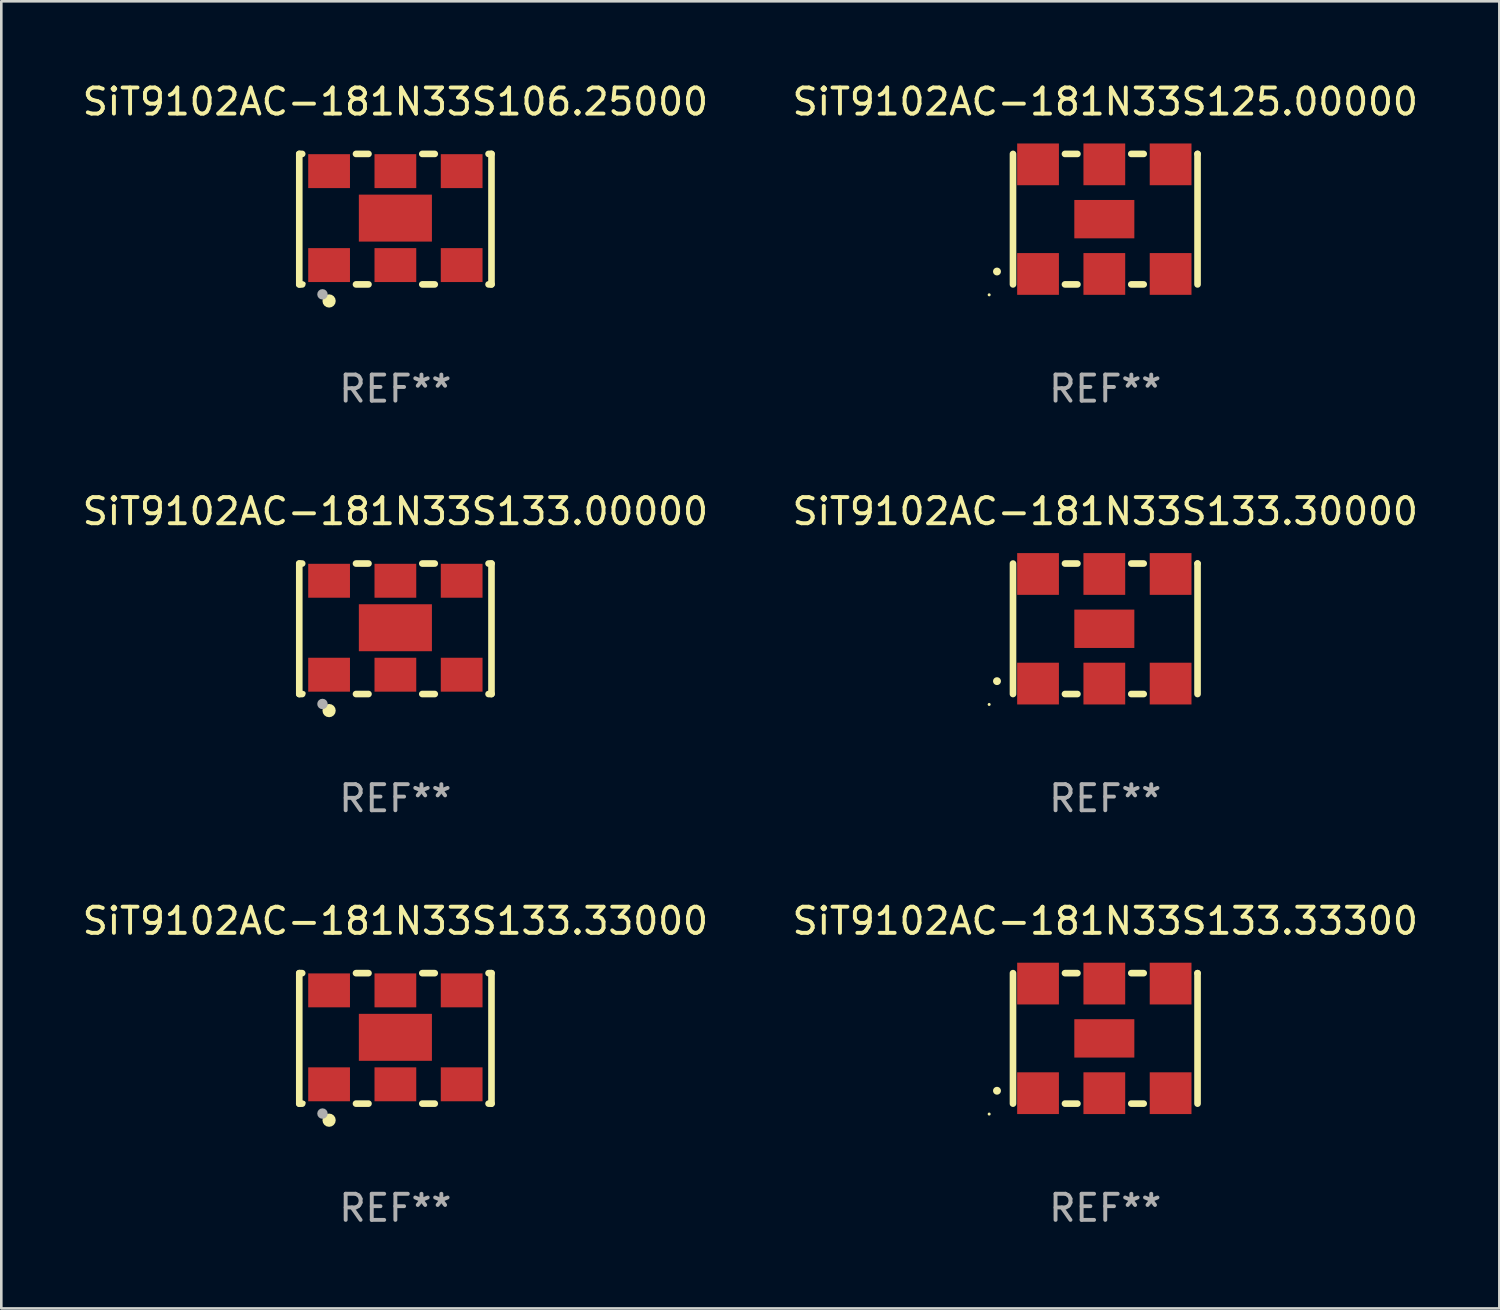
<source format=kicad_pcb>
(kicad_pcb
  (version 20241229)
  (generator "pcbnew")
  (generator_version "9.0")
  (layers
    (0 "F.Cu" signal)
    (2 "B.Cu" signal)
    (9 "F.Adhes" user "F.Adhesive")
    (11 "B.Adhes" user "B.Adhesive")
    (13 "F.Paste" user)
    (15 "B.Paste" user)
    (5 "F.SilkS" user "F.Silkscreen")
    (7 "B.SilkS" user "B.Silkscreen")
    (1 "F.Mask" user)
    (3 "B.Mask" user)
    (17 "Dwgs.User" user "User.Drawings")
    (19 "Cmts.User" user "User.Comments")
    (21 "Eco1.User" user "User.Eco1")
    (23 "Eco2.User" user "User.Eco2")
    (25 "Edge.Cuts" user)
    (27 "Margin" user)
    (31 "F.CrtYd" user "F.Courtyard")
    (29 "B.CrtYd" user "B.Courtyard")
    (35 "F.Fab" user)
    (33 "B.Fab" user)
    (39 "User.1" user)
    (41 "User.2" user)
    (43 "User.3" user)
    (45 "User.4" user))
  (footprint "SiT9102AC-181N33S106.25000"
    (layer "F.Cu")
    (at 12.101 5.348)
    (property "Reference" "SiT9102AC-181N33S106.25000" (at 0 -4.5 0) (layer "F.SilkS") (effects (font (size 1 1) (thickness 0.15))))
    (attr through_hole)
    (fp_line (start -3.683 -2.5) (end -3.571 -2.5) (stroke (width 0.254) (type solid)) (layer "F.SilkS"))
    (fp_line (start -3.683 2.5) (end -3.683 -2.5) (stroke (width 0.254) (type solid)) (layer "F.SilkS"))
    (fp_line (start -3.683 2.5) (end -3.571 2.5) (stroke (width 0.254) (type solid)) (layer "F.SilkS"))
    (fp_line (start -1.509 -2.5) (end -1.031 -2.5) (stroke (width 0.254) (type solid)) (layer "F.SilkS"))
    (fp_line (start -1.509 2.5) (end -1.031 2.5) (stroke (width 0.254) (type solid)) (layer "F.SilkS"))
    (fp_line (start 1.031 -2.5) (end 1.509 -2.5) (stroke (width 0.254) (type solid)) (layer "F.SilkS"))
    (fp_line (start 1.031 2.5) (end 1.509 2.5) (stroke (width 0.254) (type solid)) (layer "F.SilkS"))
    (fp_line (start 3.571 -2.5) (end 3.683 -2.5) (stroke (width 0.254) (type solid)) (layer "F.SilkS"))
    (fp_line (start 3.571 2.5) (end 3.683 2.5) (stroke (width 0.254) (type solid)) (layer "F.SilkS"))
    (fp_line (start 3.683 2.5) (end 3.683 -2.5) (stroke (width 0.254) (type solid)) (layer "F.SilkS"))
    (fp_circle (center -3.5 2.46) (end -3.47 2.46) (stroke (width 0.06) (type solid)) (fill no) (layer "F.SilkS"))
    (fp_circle (center -2.54 3.135) (end -2.413 3.135) (stroke (width 0.254) (type solid)) (fill no) (layer "F.SilkS"))
    (fp_circle (center -2.794 2.881) (end -2.694 2.881) (stroke (width 0.2) (type solid)) (fill no) (layer "F.Fab"))
    (fp_text user "REF**" (at 0 6.5 0) (layer "F.Fab") (effects (font (size 1 1) (thickness 0.15))))
    (pad "1" smd rect (at -2.54 1.76) (size 1.6 1.3) (layers "F.Cu" "F.Mask" "F.Paste"))
    (pad "2" smd rect (at 0 1.76) (size 1.6 1.3) (layers "F.Cu" "F.Mask" "F.Paste"))
    (pad "3" smd rect (at 2.54 1.76) (size 1.6 1.3) (layers "F.Cu" "F.Mask" "F.Paste"))
    (pad "4" smd rect (at 2.54 -1.84) (size 1.6 1.3) (layers "F.Cu" "F.Mask" "F.Paste"))
    (pad "5" smd rect (at 0 -1.84) (size 1.6 1.3) (layers "F.Cu" "F.Mask" "F.Paste"))
    (pad "6" smd rect (at -2.54 -1.84) (size 1.6 1.3) (layers "F.Cu" "F.Mask" "F.Paste"))
    (pad "7" smd rect (at 0 -0.04) (size 2.8 1.8) (layers "F.Cu" "F.Mask" "F.Paste")))
  (footprint "SiT9102AC-181N33S133.30000"
    (layer "F.Cu")
    (at 39.304 21.045)
    (property "Reference" "SiT9102AC-181N33S133.30000" (at 0 -4.5 0) (layer "F.SilkS") (effects (font (size 1 1) (thickness 0.15))))
    (attr through_hole)
    (fp_line (start -3.536 -2.5) (end -3.536 2.5) (stroke (width 0.254) (type solid)) (layer "F.SilkS"))
    (fp_line (start -1.544 2.5) (end -1.067 2.5) (stroke (width 0.254) (type solid)) (layer "F.SilkS"))
    (fp_line (start -1.067 -2.5) (end -1.544 -2.5) (stroke (width 0.254) (type solid)) (layer "F.SilkS"))
    (fp_line (start 0.996 2.5) (end 1.473 2.5) (stroke (width 0.254) (type solid)) (layer "F.SilkS"))
    (fp_line (start 1.473 -2.5) (end 0.996 -2.5) (stroke (width 0.254) (type solid)) (layer "F.SilkS"))
    (fp_line (start 3.536 -2.5) (end 3.536 -2.5) (stroke (width 0.254) (type solid)) (layer "F.SilkS"))
    (fp_line (start 3.536 2.5) (end 3.536 -2.5) (stroke (width 0.254) (type solid)) (layer "F.SilkS"))
    (fp_arc (start -4.150432 2.006604) (mid -4.149162 2.006599) (end -4.147892 2.006604) (stroke (width 0.3) (type solid)) (layer "F.SilkS"))
    (fp_circle (center -4.449 2.9) (end -4.419 2.9) (stroke (width 0.06) (type solid)) (fill no) (layer "F.SilkS"))
    (fp_text user "REF**" (at 0 6.5 0) (layer "F.Fab") (effects (font (size 1 1) (thickness 0.15))))
    (pad "1" smd rect (at -2.576 2.1) (size 1.6 1.6) (layers "F.Cu" "F.Mask" "F.Paste"))
    (pad "2" smd rect (at -0.036 2.1) (size 1.6 1.6) (layers "F.Cu" "F.Mask" "F.Paste"))
    (pad "3" smd rect (at 2.504 2.1) (size 1.6 1.6) (layers "F.Cu" "F.Mask" "F.Paste"))
    (pad "4" smd rect (at 2.504 -2.1) (size 1.6 1.6) (layers "F.Cu" "F.Mask" "F.Paste"))
    (pad "5" smd rect (at -0.036 -2.1) (size 1.6 1.6) (layers "F.Cu" "F.Mask" "F.Paste"))
    (pad "6" smd rect (at -2.576 -2.1) (size 1.6 1.6) (layers "F.Cu" "F.Mask" "F.Paste"))
    (pad "7" smd rect (at -0.036 0) (size 2.3 1.47) (layers "F.Cu" "F.Mask" "F.Paste")))
  (footprint "SiT9102AC-181N33S133.00000"
    (layer "F.Cu")
    (at 12.101 21.045)
    (property "Reference" "SiT9102AC-181N33S133.00000" (at 0 -4.5 0) (layer "F.SilkS") (effects (font (size 1 1) (thickness 0.15))))
    (attr through_hole)
    (fp_line (start -3.683 -2.5) (end -3.571 -2.5) (stroke (width 0.254) (type solid)) (layer "F.SilkS"))
    (fp_line (start -3.683 2.5) (end -3.683 -2.5) (stroke (width 0.254) (type solid)) (layer "F.SilkS"))
    (fp_line (start -3.683 2.5) (end -3.571 2.5) (stroke (width 0.254) (type solid)) (layer "F.SilkS"))
    (fp_line (start -1.509 -2.5) (end -1.031 -2.5) (stroke (width 0.254) (type solid)) (layer "F.SilkS"))
    (fp_line (start -1.509 2.5) (end -1.031 2.5) (stroke (width 0.254) (type solid)) (layer "F.SilkS"))
    (fp_line (start 1.031 -2.5) (end 1.509 -2.5) (stroke (width 0.254) (type solid)) (layer "F.SilkS"))
    (fp_line (start 1.031 2.5) (end 1.509 2.5) (stroke (width 0.254) (type solid)) (layer "F.SilkS"))
    (fp_line (start 3.571 -2.5) (end 3.683 -2.5) (stroke (width 0.254) (type solid)) (layer "F.SilkS"))
    (fp_line (start 3.571 2.5) (end 3.683 2.5) (stroke (width 0.254) (type solid)) (layer "F.SilkS"))
    (fp_line (start 3.683 2.5) (end 3.683 -2.5) (stroke (width 0.254) (type solid)) (layer "F.SilkS"))
    (fp_circle (center -3.5 2.46) (end -3.47 2.46) (stroke (width 0.06) (type solid)) (fill no) (layer "F.SilkS"))
    (fp_circle (center -2.54 3.135) (end -2.413 3.135) (stroke (width 0.254) (type solid)) (fill no) (layer "F.SilkS"))
    (fp_circle (center -2.794 2.881) (end -2.694 2.881) (stroke (width 0.2) (type solid)) (fill no) (layer "F.Fab"))
    (fp_text user "REF**" (at 0 6.5 0) (layer "F.Fab") (effects (font (size 1 1) (thickness 0.15))))
    (pad "1" smd rect (at -2.54 1.76) (size 1.6 1.3) (layers "F.Cu" "F.Mask" "F.Paste"))
    (pad "2" smd rect (at 0 1.76) (size 1.6 1.3) (layers "F.Cu" "F.Mask" "F.Paste"))
    (pad "3" smd rect (at 2.54 1.76) (size 1.6 1.3) (layers "F.Cu" "F.Mask" "F.Paste"))
    (pad "4" smd rect (at 2.54 -1.84) (size 1.6 1.3) (layers "F.Cu" "F.Mask" "F.Paste"))
    (pad "5" smd rect (at 0 -1.84) (size 1.6 1.3) (layers "F.Cu" "F.Mask" "F.Paste"))
    (pad "6" smd rect (at -2.54 -1.84) (size 1.6 1.3) (layers "F.Cu" "F.Mask" "F.Paste"))
    (pad "7" smd rect (at 0 -0.04) (size 2.8 1.8) (layers "F.Cu" "F.Mask" "F.Paste")))
  (footprint "SiT9102AC-181N33S133.33000"
    (layer "F.Cu")
    (at 12.101 36.741)
    (property "Reference" "SiT9102AC-181N33S133.33000" (at 0 -4.5 0) (layer "F.SilkS") (effects (font (size 1 1) (thickness 0.15))))
    (attr through_hole)
    (fp_line (start -3.683 -2.5) (end -3.571 -2.5) (stroke (width 0.254) (type solid)) (layer "F.SilkS"))
    (fp_line (start -3.683 2.5) (end -3.683 -2.5) (stroke (width 0.254) (type solid)) (layer "F.SilkS"))
    (fp_line (start -3.683 2.5) (end -3.571 2.5) (stroke (width 0.254) (type solid)) (layer "F.SilkS"))
    (fp_line (start -1.509 -2.5) (end -1.031 -2.5) (stroke (width 0.254) (type solid)) (layer "F.SilkS"))
    (fp_line (start -1.509 2.5) (end -1.031 2.5) (stroke (width 0.254) (type solid)) (layer "F.SilkS"))
    (fp_line (start 1.031 -2.5) (end 1.509 -2.5) (stroke (width 0.254) (type solid)) (layer "F.SilkS"))
    (fp_line (start 1.031 2.5) (end 1.509 2.5) (stroke (width 0.254) (type solid)) (layer "F.SilkS"))
    (fp_line (start 3.571 -2.5) (end 3.683 -2.5) (stroke (width 0.254) (type solid)) (layer "F.SilkS"))
    (fp_line (start 3.571 2.5) (end 3.683 2.5) (stroke (width 0.254) (type solid)) (layer "F.SilkS"))
    (fp_line (start 3.683 2.5) (end 3.683 -2.5) (stroke (width 0.254) (type solid)) (layer "F.SilkS"))
    (fp_circle (center -3.5 2.46) (end -3.47 2.46) (stroke (width 0.06) (type solid)) (fill no) (layer "F.SilkS"))
    (fp_circle (center -2.54 3.135) (end -2.413 3.135) (stroke (width 0.254) (type solid)) (fill no) (layer "F.SilkS"))
    (fp_circle (center -2.794 2.881) (end -2.694 2.881) (stroke (width 0.2) (type solid)) (fill no) (layer "F.Fab"))
    (fp_text user "REF**" (at 0 6.5 0) (layer "F.Fab") (effects (font (size 1 1) (thickness 0.15))))
    (pad "1" smd rect (at -2.54 1.76) (size 1.6 1.3) (layers "F.Cu" "F.Mask" "F.Paste"))
    (pad "2" smd rect (at 0 1.76) (size 1.6 1.3) (layers "F.Cu" "F.Mask" "F.Paste"))
    (pad "3" smd rect (at 2.54 1.76) (size 1.6 1.3) (layers "F.Cu" "F.Mask" "F.Paste"))
    (pad "4" smd rect (at 2.54 -1.84) (size 1.6 1.3) (layers "F.Cu" "F.Mask" "F.Paste"))
    (pad "5" smd rect (at 0 -1.84) (size 1.6 1.3) (layers "F.Cu" "F.Mask" "F.Paste"))
    (pad "6" smd rect (at -2.54 -1.84) (size 1.6 1.3) (layers "F.Cu" "F.Mask" "F.Paste"))
    (pad "7" smd rect (at 0 -0.04) (size 2.8 1.8) (layers "F.Cu" "F.Mask" "F.Paste")))
  (footprint "SiT9102AC-181N33S133.33300"
    (layer "F.Cu")
    (at 39.304 36.741)
    (property "Reference" "SiT9102AC-181N33S133.33300" (at 0 -4.5 0) (layer "F.SilkS") (effects (font (size 1 1) (thickness 0.15))))
    (attr through_hole)
    (fp_line (start -3.536 -2.5) (end -3.536 2.5) (stroke (width 0.254) (type solid)) (layer "F.SilkS"))
    (fp_line (start -1.544 2.5) (end -1.067 2.5) (stroke (width 0.254) (type solid)) (layer "F.SilkS"))
    (fp_line (start -1.067 -2.5) (end -1.544 -2.5) (stroke (width 0.254) (type solid)) (layer "F.SilkS"))
    (fp_line (start 0.996 2.5) (end 1.473 2.5) (stroke (width 0.254) (type solid)) (layer "F.SilkS"))
    (fp_line (start 1.473 -2.5) (end 0.996 -2.5) (stroke (width 0.254) (type solid)) (layer "F.SilkS"))
    (fp_line (start 3.536 -2.5) (end 3.536 -2.5) (stroke (width 0.254) (type solid)) (layer "F.SilkS"))
    (fp_line (start 3.536 2.5) (end 3.536 -2.5) (stroke (width 0.254) (type solid)) (layer "F.SilkS"))
    (fp_arc (start -4.150432 2.006604) (mid -4.149162 2.006599) (end -4.147892 2.006604) (stroke (width 0.3) (type solid)) (layer "F.SilkS"))
    (fp_circle (center -4.449 2.9) (end -4.419 2.9) (stroke (width 0.06) (type solid)) (fill no) (layer "F.SilkS"))
    (fp_text user "REF**" (at 0 6.5 0) (layer "F.Fab") (effects (font (size 1 1) (thickness 0.15))))
    (pad "1" smd rect (at -2.576 2.1) (size 1.6 1.6) (layers "F.Cu" "F.Mask" "F.Paste"))
    (pad "2" smd rect (at -0.036 2.1) (size 1.6 1.6) (layers "F.Cu" "F.Mask" "F.Paste"))
    (pad "3" smd rect (at 2.504 2.1) (size 1.6 1.6) (layers "F.Cu" "F.Mask" "F.Paste"))
    (pad "4" smd rect (at 2.504 -2.1) (size 1.6 1.6) (layers "F.Cu" "F.Mask" "F.Paste"))
    (pad "5" smd rect (at -0.036 -2.1) (size 1.6 1.6) (layers "F.Cu" "F.Mask" "F.Paste"))
    (pad "6" smd rect (at -2.576 -2.1) (size 1.6 1.6) (layers "F.Cu" "F.Mask" "F.Paste"))
    (pad "7" smd rect (at -0.036 0) (size 2.3 1.47) (layers "F.Cu" "F.Mask" "F.Paste")))
  (footprint "SiT9102AC-181N33S125.00000"
    (layer "F.Cu")
    (at 39.304 5.348)
    (property "Reference" "SiT9102AC-181N33S125.00000" (at 0 -4.5 0) (layer "F.SilkS") (effects (font (size 1 1) (thickness 0.15))))
    (attr through_hole)
    (fp_line (start -3.536 -2.5) (end -3.536 2.5) (stroke (width 0.254) (type solid)) (layer "F.SilkS"))
    (fp_line (start -1.544 2.5) (end -1.067 2.5) (stroke (width 0.254) (type solid)) (layer "F.SilkS"))
    (fp_line (start -1.067 -2.5) (end -1.544 -2.5) (stroke (width 0.254) (type solid)) (layer "F.SilkS"))
    (fp_line (start 0.996 2.5) (end 1.473 2.5) (stroke (width 0.254) (type solid)) (layer "F.SilkS"))
    (fp_line (start 1.473 -2.5) (end 0.996 -2.5) (stroke (width 0.254) (type solid)) (layer "F.SilkS"))
    (fp_line (start 3.536 -2.5) (end 3.536 -2.5) (stroke (width 0.254) (type solid)) (layer "F.SilkS"))
    (fp_line (start 3.536 2.5) (end 3.536 -2.5) (stroke (width 0.254) (type solid)) (layer "F.SilkS"))
    (fp_arc (start -4.150432 2.006604) (mid -4.149162 2.006599) (end -4.147892 2.006604) (stroke (width 0.3) (type solid)) (layer "F.SilkS"))
    (fp_circle (center -4.449 2.9) (end -4.419 2.9) (stroke (width 0.06) (type solid)) (fill no) (layer "F.SilkS"))
    (fp_text user "REF**" (at 0 6.5 0) (layer "F.Fab") (effects (font (size 1 1) (thickness 0.15))))
    (pad "1" smd rect (at -2.576 2.1) (size 1.6 1.6) (layers "F.Cu" "F.Mask" "F.Paste"))
    (pad "2" smd rect (at -0.036 2.1) (size 1.6 1.6) (layers "F.Cu" "F.Mask" "F.Paste"))
    (pad "3" smd rect (at 2.504 2.1) (size 1.6 1.6) (layers "F.Cu" "F.Mask" "F.Paste"))
    (pad "4" smd rect (at 2.504 -2.1) (size 1.6 1.6) (layers "F.Cu" "F.Mask" "F.Paste"))
    (pad "5" smd rect (at -0.036 -2.1) (size 1.6 1.6) (layers "F.Cu" "F.Mask" "F.Paste"))
    (pad "6" smd rect (at -2.576 -2.1) (size 1.6 1.6) (layers "F.Cu" "F.Mask" "F.Paste"))
    (pad "7" smd rect (at -0.036 0) (size 2.3 1.47) (layers "F.Cu" "F.Mask" "F.Paste")))
  (gr_rect
    (start -3 -3)
    (end 54.405 47.09)
    (stroke (width 0.1) (type default))
    (fill no)
    (layer "Edge.Cuts")))
</source>
